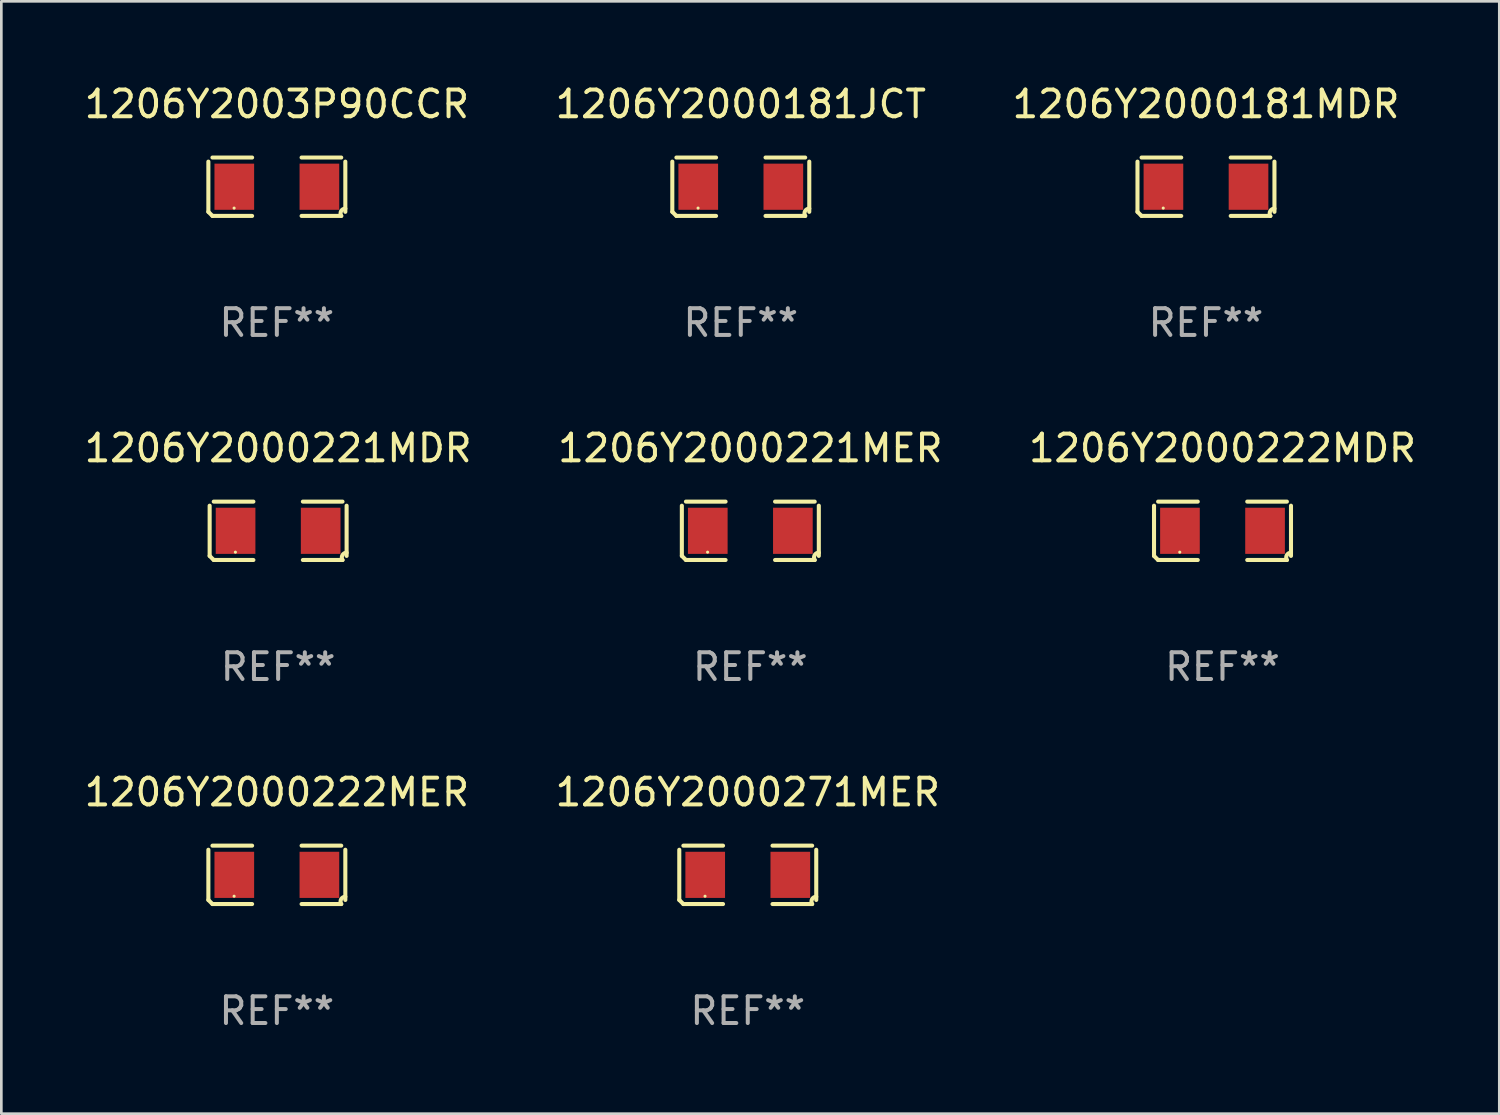
<source format=kicad_pcb>
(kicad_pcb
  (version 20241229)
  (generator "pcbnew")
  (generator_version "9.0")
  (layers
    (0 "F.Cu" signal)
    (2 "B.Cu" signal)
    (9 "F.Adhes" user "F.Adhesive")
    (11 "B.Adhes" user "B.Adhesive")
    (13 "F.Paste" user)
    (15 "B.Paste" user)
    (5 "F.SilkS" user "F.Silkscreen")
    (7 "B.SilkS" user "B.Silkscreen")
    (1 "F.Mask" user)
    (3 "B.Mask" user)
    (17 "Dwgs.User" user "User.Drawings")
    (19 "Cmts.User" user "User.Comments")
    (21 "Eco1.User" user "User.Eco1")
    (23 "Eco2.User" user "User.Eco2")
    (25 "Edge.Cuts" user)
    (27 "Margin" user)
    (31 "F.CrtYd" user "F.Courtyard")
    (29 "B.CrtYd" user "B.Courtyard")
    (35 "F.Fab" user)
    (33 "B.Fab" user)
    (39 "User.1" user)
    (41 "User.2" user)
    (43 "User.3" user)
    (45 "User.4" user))
  (footprint "1206Y2003P90CCR"
    (layer "F.Cu")
    (at 7.315 3.941)
    (property "Reference" "1206Y2003P90CCR" (at 0 -3.093 0) (layer "F.SilkS") (effects (font (size 1 1) (thickness 0.15))))
    (attr through_hole)
    (fp_line (start -2.564 0.94) (end -2.564 -0.94) (stroke (width 0.152) (type solid)) (layer "F.SilkS"))
    (fp_line (start -2.411 -1.093) (end -0.926 -1.093) (stroke (width 0.152) (type solid)) (layer "F.SilkS"))
    (fp_line (start -0.926 1.093) (end -2.411 1.093) (stroke (width 0.152) (type solid)) (layer "F.SilkS"))
    (fp_line (start 0.926 1.093) (end 2.411 1.093) (stroke (width 0.152) (type solid)) (layer "F.SilkS"))
    (fp_line (start 2.411 -1.093) (end 0.926 -1.093) (stroke (width 0.152) (type solid)) (layer "F.SilkS"))
    (fp_line (start 2.564 0.94) (end 2.564 -0.94) (stroke (width 0.152) (type solid)) (layer "F.SilkS"))
    (fp_arc (start -2.411201 1.092609) (mid -2.487413 1.01642) (end -2.563602 0.940208) (stroke (width 0.1524) (type solid)) (layer "F.SilkS"))
    (fp_arc (start 2.411201 1.092609) (mid 2.407159 0.911226) (end 2.563602 0.819347) (stroke (width 0.1524) (type solid)) (layer "F.SilkS"))
    (fp_circle (center -1.6 0.8) (end -1.57 0.8) (stroke (width 0.06) (type solid)) (fill no) (layer "F.SilkS"))
    (fp_text user "REF**" (at 0 5.093 0) (layer "F.Fab") (effects (font (size 1 1) (thickness 0.15))))
    (pad "1" smd rect (at -1.593 0) (size 1.485 1.728) (layers "F.Cu" "F.Mask" "F.Paste"))
    (pad "2" smd rect (at 1.593 0) (size 1.485 1.728) (layers "F.Cu" "F.Mask" "F.Paste")))
  (footprint "1206Y2000181JCT"
    (layer "F.Cu")
    (at 24.685 3.941)
    (property "Reference" "1206Y2000181JCT" (at 0 -3.093 0) (layer "F.SilkS") (effects (font (size 1 1) (thickness 0.15))))
    (attr through_hole)
    (fp_line (start -2.564 0.94) (end -2.564 -0.94) (stroke (width 0.152) (type solid)) (layer "F.SilkS"))
    (fp_line (start -2.411 -1.093) (end -0.926 -1.093) (stroke (width 0.152) (type solid)) (layer "F.SilkS"))
    (fp_line (start -0.926 1.093) (end -2.411 1.093) (stroke (width 0.152) (type solid)) (layer "F.SilkS"))
    (fp_line (start 0.926 1.093) (end 2.411 1.093) (stroke (width 0.152) (type solid)) (layer "F.SilkS"))
    (fp_line (start 2.411 -1.093) (end 0.926 -1.093) (stroke (width 0.152) (type solid)) (layer "F.SilkS"))
    (fp_line (start 2.564 0.94) (end 2.564 -0.94) (stroke (width 0.152) (type solid)) (layer "F.SilkS"))
    (fp_arc (start -2.411201 1.092609) (mid -2.487413 1.01642) (end -2.563602 0.940208) (stroke (width 0.1524) (type solid)) (layer "F.SilkS"))
    (fp_arc (start 2.411201 1.092609) (mid 2.407159 0.911226) (end 2.563602 0.819347) (stroke (width 0.1524) (type solid)) (layer "F.SilkS"))
    (fp_circle (center -1.6 0.8) (end -1.57 0.8) (stroke (width 0.06) (type solid)) (fill no) (layer "F.SilkS"))
    (fp_text user "REF**" (at 0 5.093 0) (layer "F.Fab") (effects (font (size 1 1) (thickness 0.15))))
    (pad "1" smd rect (at -1.593 0) (size 1.485 1.728) (layers "F.Cu" "F.Mask" "F.Paste"))
    (pad "2" smd rect (at 1.593 0) (size 1.485 1.728) (layers "F.Cu" "F.Mask" "F.Paste")))
  (footprint "1206Y2000271MER"
    (layer "F.Cu")
    (at 24.946 29.704)
    (property "Reference" "1206Y2000271MER" (at 0 -3.093 0) (layer "F.SilkS") (effects (font (size 1 1) (thickness 0.15))))
    (attr through_hole)
    (fp_line (start -2.564 0.94) (end -2.564 -0.94) (stroke (width 0.152) (type solid)) (layer "F.SilkS"))
    (fp_line (start -2.411 -1.093) (end -0.926 -1.093) (stroke (width 0.152) (type solid)) (layer "F.SilkS"))
    (fp_line (start -0.926 1.093) (end -2.411 1.093) (stroke (width 0.152) (type solid)) (layer "F.SilkS"))
    (fp_line (start 0.926 1.093) (end 2.411 1.093) (stroke (width 0.152) (type solid)) (layer "F.SilkS"))
    (fp_line (start 2.411 -1.093) (end 0.926 -1.093) (stroke (width 0.152) (type solid)) (layer "F.SilkS"))
    (fp_line (start 2.564 0.94) (end 2.564 -0.94) (stroke (width 0.152) (type solid)) (layer "F.SilkS"))
    (fp_arc (start -2.411201 1.092609) (mid -2.487413 1.01642) (end -2.563602 0.940208) (stroke (width 0.1524) (type solid)) (layer "F.SilkS"))
    (fp_arc (start 2.411201 1.092609) (mid 2.407159 0.911226) (end 2.563602 0.819347) (stroke (width 0.1524) (type solid)) (layer "F.SilkS"))
    (fp_circle (center -1.6 0.8) (end -1.57 0.8) (stroke (width 0.06) (type solid)) (fill no) (layer "F.SilkS"))
    (fp_text user "REF**" (at 0 5.093 0) (layer "F.Fab") (effects (font (size 1 1) (thickness 0.15))))
    (pad "1" smd rect (at -1.593 0) (size 1.485 1.728) (layers "F.Cu" "F.Mask" "F.Paste"))
    (pad "2" smd rect (at 1.593 0) (size 1.485 1.728) (layers "F.Cu" "F.Mask" "F.Paste")))
  (footprint "1206Y2000221MDR"
    (layer "F.Cu")
    (at 7.363 16.823)
    (property "Reference" "1206Y2000221MDR" (at 0 -3.093 0) (layer "F.SilkS") (effects (font (size 1 1) (thickness 0.15))))
    (attr through_hole)
    (fp_line (start -2.564 0.94) (end -2.564 -0.94) (stroke (width 0.152) (type solid)) (layer "F.SilkS"))
    (fp_line (start -2.411 -1.093) (end -0.926 -1.093) (stroke (width 0.152) (type solid)) (layer "F.SilkS"))
    (fp_line (start -0.926 1.093) (end -2.411 1.093) (stroke (width 0.152) (type solid)) (layer "F.SilkS"))
    (fp_line (start 0.926 1.093) (end 2.411 1.093) (stroke (width 0.152) (type solid)) (layer "F.SilkS"))
    (fp_line (start 2.411 -1.093) (end 0.926 -1.093) (stroke (width 0.152) (type solid)) (layer "F.SilkS"))
    (fp_line (start 2.564 0.94) (end 2.564 -0.94) (stroke (width 0.152) (type solid)) (layer "F.SilkS"))
    (fp_arc (start -2.411201 1.092609) (mid -2.487413 1.01642) (end -2.563602 0.940208) (stroke (width 0.1524) (type solid)) (layer "F.SilkS"))
    (fp_arc (start 2.411201 1.092609) (mid 2.407159 0.911226) (end 2.563602 0.819347) (stroke (width 0.1524) (type solid)) (layer "F.SilkS"))
    (fp_circle (center -1.6 0.8) (end -1.57 0.8) (stroke (width 0.06) (type solid)) (fill no) (layer "F.SilkS"))
    (fp_text user "REF**" (at 0 5.093 0) (layer "F.Fab") (effects (font (size 1 1) (thickness 0.15))))
    (pad "1" smd rect (at -1.593 0) (size 1.485 1.728) (layers "F.Cu" "F.Mask" "F.Paste"))
    (pad "2" smd rect (at 1.593 0) (size 1.485 1.728) (layers "F.Cu" "F.Mask" "F.Paste")))
  (footprint "1206Y2000222MDR"
    (layer "F.Cu")
    (at 42.72 16.823)
    (property "Reference" "1206Y2000222MDR" (at 0 -3.093 0) (layer "F.SilkS") (effects (font (size 1 1) (thickness 0.15))))
    (attr through_hole)
    (fp_line (start -2.564 0.94) (end -2.564 -0.94) (stroke (width 0.152) (type solid)) (layer "F.SilkS"))
    (fp_line (start -2.411 -1.093) (end -0.926 -1.093) (stroke (width 0.152) (type solid)) (layer "F.SilkS"))
    (fp_line (start -0.926 1.093) (end -2.411 1.093) (stroke (width 0.152) (type solid)) (layer "F.SilkS"))
    (fp_line (start 0.926 1.093) (end 2.411 1.093) (stroke (width 0.152) (type solid)) (layer "F.SilkS"))
    (fp_line (start 2.411 -1.093) (end 0.926 -1.093) (stroke (width 0.152) (type solid)) (layer "F.SilkS"))
    (fp_line (start 2.564 0.94) (end 2.564 -0.94) (stroke (width 0.152) (type solid)) (layer "F.SilkS"))
    (fp_arc (start -2.411201 1.092609) (mid -2.487413 1.01642) (end -2.563602 0.940208) (stroke (width 0.1524) (type solid)) (layer "F.SilkS"))
    (fp_arc (start 2.411201 1.092609) (mid 2.407159 0.911226) (end 2.563602 0.819347) (stroke (width 0.1524) (type solid)) (layer "F.SilkS"))
    (fp_circle (center -1.6 0.8) (end -1.57 0.8) (stroke (width 0.06) (type solid)) (fill no) (layer "F.SilkS"))
    (fp_text user "REF**" (at 0 5.093 0) (layer "F.Fab") (effects (font (size 1 1) (thickness 0.15))))
    (pad "1" smd rect (at -1.593 0) (size 1.485 1.728) (layers "F.Cu" "F.Mask" "F.Paste"))
    (pad "2" smd rect (at 1.593 0) (size 1.485 1.728) (layers "F.Cu" "F.Mask" "F.Paste")))
  (footprint "1206Y2000222MER"
    (layer "F.Cu")
    (at 7.315 29.704)
    (property "Reference" "1206Y2000222MER" (at 0 -3.093 0) (layer "F.SilkS") (effects (font (size 1 1) (thickness 0.15))))
    (attr through_hole)
    (fp_line (start -2.564 0.94) (end -2.564 -0.94) (stroke (width 0.152) (type solid)) (layer "F.SilkS"))
    (fp_line (start -2.411 -1.093) (end -0.926 -1.093) (stroke (width 0.152) (type solid)) (layer "F.SilkS"))
    (fp_line (start -0.926 1.093) (end -2.411 1.093) (stroke (width 0.152) (type solid)) (layer "F.SilkS"))
    (fp_line (start 0.926 1.093) (end 2.411 1.093) (stroke (width 0.152) (type solid)) (layer "F.SilkS"))
    (fp_line (start 2.411 -1.093) (end 0.926 -1.093) (stroke (width 0.152) (type solid)) (layer "F.SilkS"))
    (fp_line (start 2.564 0.94) (end 2.564 -0.94) (stroke (width 0.152) (type solid)) (layer "F.SilkS"))
    (fp_arc (start -2.411201 1.092609) (mid -2.487413 1.01642) (end -2.563602 0.940208) (stroke (width 0.1524) (type solid)) (layer "F.SilkS"))
    (fp_arc (start 2.411201 1.092609) (mid 2.407159 0.911226) (end 2.563602 0.819347) (stroke (width 0.1524) (type solid)) (layer "F.SilkS"))
    (fp_circle (center -1.6 0.8) (end -1.57 0.8) (stroke (width 0.06) (type solid)) (fill no) (layer "F.SilkS"))
    (fp_text user "REF**" (at 0 5.093 0) (layer "F.Fab") (effects (font (size 1 1) (thickness 0.15))))
    (pad "1" smd rect (at -1.593 0) (size 1.485 1.728) (layers "F.Cu" "F.Mask" "F.Paste"))
    (pad "2" smd rect (at 1.593 0) (size 1.485 1.728) (layers "F.Cu" "F.Mask" "F.Paste")))
  (footprint "1206Y2000221MER"
    (layer "F.Cu")
    (at 25.042 16.823)
    (property "Reference" "1206Y2000221MER" (at 0 -3.093 0) (layer "F.SilkS") (effects (font (size 1 1) (thickness 0.15))))
    (attr through_hole)
    (fp_line (start -2.564 0.94) (end -2.564 -0.94) (stroke (width 0.152) (type solid)) (layer "F.SilkS"))
    (fp_line (start -2.411 -1.093) (end -0.926 -1.093) (stroke (width 0.152) (type solid)) (layer "F.SilkS"))
    (fp_line (start -0.926 1.093) (end -2.411 1.093) (stroke (width 0.152) (type solid)) (layer "F.SilkS"))
    (fp_line (start 0.926 1.093) (end 2.411 1.093) (stroke (width 0.152) (type solid)) (layer "F.SilkS"))
    (fp_line (start 2.411 -1.093) (end 0.926 -1.093) (stroke (width 0.152) (type solid)) (layer "F.SilkS"))
    (fp_line (start 2.564 0.94) (end 2.564 -0.94) (stroke (width 0.152) (type solid)) (layer "F.SilkS"))
    (fp_arc (start -2.411201 1.092609) (mid -2.487413 1.01642) (end -2.563602 0.940208) (stroke (width 0.1524) (type solid)) (layer "F.SilkS"))
    (fp_arc (start 2.411201 1.092609) (mid 2.407159 0.911226) (end 2.563602 0.819347) (stroke (width 0.1524) (type solid)) (layer "F.SilkS"))
    (fp_circle (center -1.6 0.8) (end -1.57 0.8) (stroke (width 0.06) (type solid)) (fill no) (layer "F.SilkS"))
    (fp_text user "REF**" (at 0 5.093 0) (layer "F.Fab") (effects (font (size 1 1) (thickness 0.15))))
    (pad "1" smd rect (at -1.593 0) (size 1.485 1.728) (layers "F.Cu" "F.Mask" "F.Paste"))
    (pad "2" smd rect (at 1.593 0) (size 1.485 1.728) (layers "F.Cu" "F.Mask" "F.Paste")))
  (footprint "1206Y2000181MDR"
    (layer "F.Cu")
    (at 42.101 3.941)
    (property "Reference" "1206Y2000181MDR" (at 0 -3.093 0) (layer "F.SilkS") (effects (font (size 1 1) (thickness 0.15))))
    (attr through_hole)
    (fp_line (start -2.564 0.94) (end -2.564 -0.94) (stroke (width 0.152) (type solid)) (layer "F.SilkS"))
    (fp_line (start -2.411 -1.093) (end -0.926 -1.093) (stroke (width 0.152) (type solid)) (layer "F.SilkS"))
    (fp_line (start -0.926 1.093) (end -2.411 1.093) (stroke (width 0.152) (type solid)) (layer "F.SilkS"))
    (fp_line (start 0.926 1.093) (end 2.411 1.093) (stroke (width 0.152) (type solid)) (layer "F.SilkS"))
    (fp_line (start 2.411 -1.093) (end 0.926 -1.093) (stroke (width 0.152) (type solid)) (layer "F.SilkS"))
    (fp_line (start 2.564 0.94) (end 2.564 -0.94) (stroke (width 0.152) (type solid)) (layer "F.SilkS"))
    (fp_arc (start -2.411201 1.092609) (mid -2.487413 1.01642) (end -2.563602 0.940208) (stroke (width 0.1524) (type solid)) (layer "F.SilkS"))
    (fp_arc (start 2.411201 1.092609) (mid 2.407159 0.911226) (end 2.563602 0.819347) (stroke (width 0.1524) (type solid)) (layer "F.SilkS"))
    (fp_circle (center -1.6 0.8) (end -1.57 0.8) (stroke (width 0.06) (type solid)) (fill no) (layer "F.SilkS"))
    (fp_text user "REF**" (at 0 5.093 0) (layer "F.Fab") (effects (font (size 1 1) (thickness 0.15))))
    (pad "1" smd rect (at -1.593 0) (size 1.485 1.728) (layers "F.Cu" "F.Mask" "F.Paste"))
    (pad "2" smd rect (at 1.593 0) (size 1.485 1.728) (layers "F.Cu" "F.Mask" "F.Paste")))
  (gr_rect
    (start -3 -3)
    (end 53.083 38.645)
    (stroke (width 0.1) (type default))
    (fill no)
    (layer "Edge.Cuts")))
</source>
